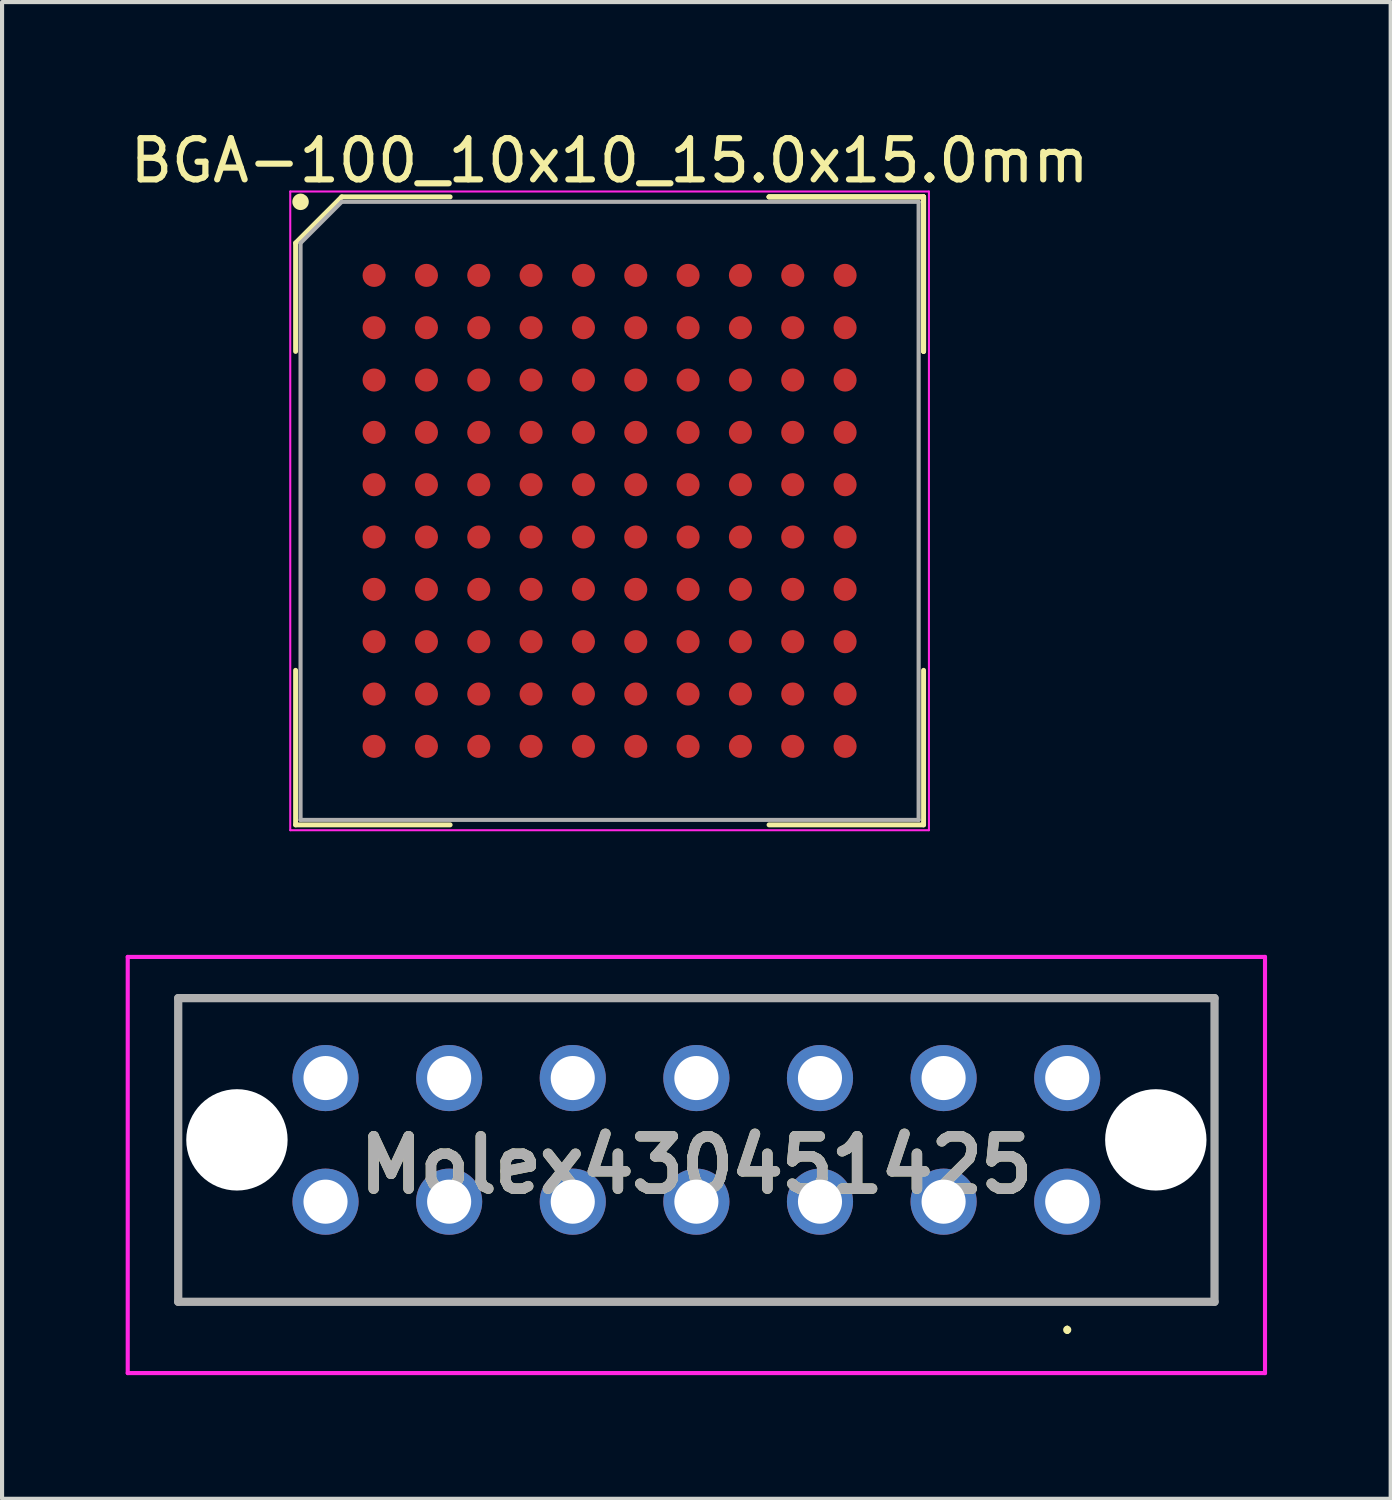
<source format=kicad_pcb>
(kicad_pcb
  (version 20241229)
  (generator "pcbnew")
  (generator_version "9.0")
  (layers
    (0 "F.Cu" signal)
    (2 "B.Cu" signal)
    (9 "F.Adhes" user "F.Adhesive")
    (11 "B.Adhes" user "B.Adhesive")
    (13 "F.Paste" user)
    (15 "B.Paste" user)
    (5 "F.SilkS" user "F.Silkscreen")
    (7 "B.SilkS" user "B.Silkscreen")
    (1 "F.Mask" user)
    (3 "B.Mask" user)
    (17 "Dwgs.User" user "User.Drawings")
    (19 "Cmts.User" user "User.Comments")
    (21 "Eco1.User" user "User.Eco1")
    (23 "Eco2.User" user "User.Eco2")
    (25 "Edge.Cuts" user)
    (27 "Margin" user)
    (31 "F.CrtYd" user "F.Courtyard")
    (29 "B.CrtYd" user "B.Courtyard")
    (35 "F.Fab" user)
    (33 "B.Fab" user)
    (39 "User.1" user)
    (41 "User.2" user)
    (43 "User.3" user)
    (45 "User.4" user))
  (footprint "BGA-100_10x10_15.0x15.0mm"
    (layer "F.Cu")
    (at 11.744 9.348)
    (property "Reference" "BGA-100_10x10_15.0x15.0mm" (at 0 -8.5 0) (layer "F.SilkS") (effects (font (size 1 1) (thickness 0.15))))
    (attr smd)
    (fp_line (start -7.62 -6.5) (end -7.62 -3.87) (stroke (width 0.12) (type solid)) (layer "F.SilkS"))
    (fp_line (start -7.62 7.62) (end -7.62 3.87) (stroke (width 0.12) (type solid)) (layer "F.SilkS"))
    (fp_line (start -6.5 -7.62) (end -7.62 -6.5) (stroke (width 0.12) (type solid)) (layer "F.SilkS"))
    (fp_line (start -3.87 -7.62) (end -6.5 -7.62) (stroke (width 0.12) (type solid)) (layer "F.SilkS"))
    (fp_line (start -3.87 7.62) (end -7.62 7.62) (stroke (width 0.12) (type solid)) (layer "F.SilkS"))
    (fp_line (start 3.87 -7.62) (end 7.62 -7.62) (stroke (width 0.12) (type solid)) (layer "F.SilkS"))
    (fp_line (start 3.87 -7.62) (end 7.62 -7.62) (stroke (width 0.12) (type solid)) (layer "F.SilkS"))
    (fp_line (start 3.87 -7.62) (end 7.62 -7.62) (stroke (width 0.12) (type solid)) (layer "F.SilkS"))
    (fp_line (start 3.87 7.62) (end 7.62 7.62) (stroke (width 0.12) (type solid)) (layer "F.SilkS"))
    (fp_line (start 7.62 -7.62) (end 7.62 -3.87) (stroke (width 0.12) (type solid)) (layer "F.SilkS"))
    (fp_line (start 7.62 -7.62) (end 7.62 -3.87) (stroke (width 0.12) (type solid)) (layer "F.SilkS"))
    (fp_line (start 7.62 -7.62) (end 7.62 -3.87) (stroke (width 0.12) (type solid)) (layer "F.SilkS"))
    (fp_line (start 7.62 7.62) (end 7.62 3.87) (stroke (width 0.12) (type solid)) (layer "F.SilkS"))
    (fp_circle (center -7.5 -7.5) (end -7.5 -7.4) (stroke (width 0.2) (type solid)) (fill no) (layer "F.SilkS"))
    (fp_line (start -7.75 -7.75) (end 7.75 -7.75) (stroke (width 0.05) (type solid)) (layer "F.CrtYd"))
    (fp_line (start -7.75 7.75) (end -7.75 -7.75) (stroke (width 0.05) (type solid)) (layer "F.CrtYd"))
    (fp_line (start 7.75 -7.75) (end 7.75 7.75) (stroke (width 0.05) (type solid)) (layer "F.CrtYd"))
    (fp_line (start 7.75 7.75) (end -7.75 7.75) (stroke (width 0.05) (type solid)) (layer "F.CrtYd"))
    (fp_line (start -7.5 -6.5) (end -7.5 7.5) (stroke (width 0.1) (type solid)) (layer "F.Fab"))
    (fp_line (start -7.5 7.5) (end 7.5 7.5) (stroke (width 0.1) (type solid)) (layer "F.Fab"))
    (fp_line (start -6.5 -7.5) (end -7.5 -6.5) (stroke (width 0.1) (type solid)) (layer "F.Fab"))
    (fp_line (start 7.5 -7.5) (end -6.5 -7.5) (stroke (width 0.1) (type solid)) (layer "F.Fab"))
    (fp_line (start 7.5 7.5) (end 7.5 -7.5) (stroke (width 0.1) (type solid)) (layer "F.Fab"))
    (pad "A1" smd circle (at -5.715 -5.715) (size 0.56 0.56) (layers "F.Cu" "F.Mask" "F.Paste"))
    (pad "A2" smd circle (at -4.445 -5.715) (size 0.56 0.56) (layers "F.Cu" "F.Mask" "F.Paste"))
    (pad "A3" smd circle (at -3.175 -5.715) (size 0.56 0.56) (layers "F.Cu" "F.Mask" "F.Paste"))
    (pad "A4" smd circle (at -1.905 -5.715) (size 0.56 0.56) (layers "F.Cu" "F.Mask" "F.Paste"))
    (pad "A5" smd circle (at -0.635 -5.715) (size 0.56 0.56) (layers "F.Cu" "F.Mask" "F.Paste"))
    (pad "A6" smd circle (at 0.635 -5.715) (size 0.56 0.56) (layers "F.Cu" "F.Mask" "F.Paste"))
    (pad "A7" smd circle (at 1.905 -5.715) (size 0.56 0.56) (layers "F.Cu" "F.Mask" "F.Paste"))
    (pad "A8" smd circle (at 3.175 -5.715) (size 0.56 0.56) (layers "F.Cu" "F.Mask" "F.Paste"))
    (pad "A9" smd circle (at 4.445 -5.715) (size 0.56 0.56) (layers "F.Cu" "F.Mask" "F.Paste"))
    (pad "A10" smd circle (at 5.715 -5.715) (size 0.56 0.56) (layers "F.Cu" "F.Mask" "F.Paste"))
    (pad "B1" smd circle (at -5.715 -4.445) (size 0.56 0.56) (layers "F.Cu" "F.Mask" "F.Paste"))
    (pad "B2" smd circle (at -4.445 -4.445) (size 0.56 0.56) (layers "F.Cu" "F.Mask" "F.Paste"))
    (pad "B3" smd circle (at -3.175 -4.445) (size 0.56 0.56) (layers "F.Cu" "F.Mask" "F.Paste"))
    (pad "B4" smd circle (at -1.905 -4.445) (size 0.56 0.56) (layers "F.Cu" "F.Mask" "F.Paste"))
    (pad "B5" smd circle (at -0.635 -4.445) (size 0.56 0.56) (layers "F.Cu" "F.Mask" "F.Paste"))
    (pad "B6" smd circle (at 0.635 -4.445) (size 0.56 0.56) (layers "F.Cu" "F.Mask" "F.Paste"))
    (pad "B7" smd circle (at 1.905 -4.445) (size 0.56 0.56) (layers "F.Cu" "F.Mask" "F.Paste"))
    (pad "B8" smd circle (at 3.175 -4.445) (size 0.56 0.56) (layers "F.Cu" "F.Mask" "F.Paste"))
    (pad "B9" smd circle (at 4.445 -4.445) (size 0.56 0.56) (layers "F.Cu" "F.Mask" "F.Paste"))
    (pad "B10" smd circle (at 5.715 -4.445) (size 0.56 0.56) (layers "F.Cu" "F.Mask" "F.Paste"))
    (pad "C1" smd circle (at -5.715 -3.175) (size 0.56 0.56) (layers "F.Cu" "F.Mask" "F.Paste"))
    (pad "C2" smd circle (at -4.445 -3.175) (size 0.56 0.56) (layers "F.Cu" "F.Mask" "F.Paste"))
    (pad "C3" smd circle (at -3.175 -3.175) (size 0.56 0.56) (layers "F.Cu" "F.Mask" "F.Paste"))
    (pad "C4" smd circle (at -1.905 -3.175) (size 0.56 0.56) (layers "F.Cu" "F.Mask" "F.Paste"))
    (pad "C5" smd circle (at -0.635 -3.175) (size 0.56 0.56) (layers "F.Cu" "F.Mask" "F.Paste"))
    (pad "C6" smd circle (at 0.635 -3.175) (size 0.56 0.56) (layers "F.Cu" "F.Mask" "F.Paste"))
    (pad "C7" smd circle (at 1.905 -3.175) (size 0.56 0.56) (layers "F.Cu" "F.Mask" "F.Paste"))
    (pad "C8" smd circle (at 3.175 -3.175) (size 0.56 0.56) (layers "F.Cu" "F.Mask" "F.Paste"))
    (pad "C9" smd circle (at 4.445 -3.175) (size 0.56 0.56) (layers "F.Cu" "F.Mask" "F.Paste"))
    (pad "C10" smd circle (at 5.715 -3.175) (size 0.56 0.56) (layers "F.Cu" "F.Mask" "F.Paste"))
    (pad "D1" smd circle (at -5.715 -1.905) (size 0.56 0.56) (layers "F.Cu" "F.Mask" "F.Paste"))
    (pad "D2" smd circle (at -4.445 -1.905) (size 0.56 0.56) (layers "F.Cu" "F.Mask" "F.Paste"))
    (pad "D3" smd circle (at -3.175 -1.905) (size 0.56 0.56) (layers "F.Cu" "F.Mask" "F.Paste"))
    (pad "D4" smd circle (at -1.905 -1.905) (size 0.56 0.56) (layers "F.Cu" "F.Mask" "F.Paste"))
    (pad "D5" smd circle (at -0.635 -1.905) (size 0.56 0.56) (layers "F.Cu" "F.Mask" "F.Paste"))
    (pad "D6" smd circle (at 0.635 -1.905) (size 0.56 0.56) (layers "F.Cu" "F.Mask" "F.Paste"))
    (pad "D7" smd circle (at 1.905 -1.905) (size 0.56 0.56) (layers "F.Cu" "F.Mask" "F.Paste"))
    (pad "D8" smd circle (at 3.175 -1.905) (size 0.56 0.56) (layers "F.Cu" "F.Mask" "F.Paste"))
    (pad "D9" smd circle (at 4.445 -1.905) (size 0.56 0.56) (layers "F.Cu" "F.Mask" "F.Paste"))
    (pad "D10" smd circle (at 5.715 -1.905) (size 0.56 0.56) (layers "F.Cu" "F.Mask" "F.Paste"))
    (pad "E1" smd circle (at -5.715 -0.635) (size 0.56 0.56) (layers "F.Cu" "F.Mask" "F.Paste"))
    (pad "E2" smd circle (at -4.445 -0.635) (size 0.56 0.56) (layers "F.Cu" "F.Mask" "F.Paste"))
    (pad "E3" smd circle (at -3.175 -0.635) (size 0.56 0.56) (layers "F.Cu" "F.Mask" "F.Paste"))
    (pad "E4" smd circle (at -1.905 -0.635) (size 0.56 0.56) (layers "F.Cu" "F.Mask" "F.Paste"))
    (pad "E5" smd circle (at -0.635 -0.635) (size 0.56 0.56) (layers "F.Cu" "F.Mask" "F.Paste"))
    (pad "E6" smd circle (at 0.635 -0.635) (size 0.56 0.56) (layers "F.Cu" "F.Mask" "F.Paste"))
    (pad "E7" smd circle (at 1.905 -0.635) (size 0.56 0.56) (layers "F.Cu" "F.Mask" "F.Paste"))
    (pad "E8" smd circle (at 3.175 -0.635) (size 0.56 0.56) (layers "F.Cu" "F.Mask" "F.Paste"))
    (pad "E9" smd circle (at 4.445 -0.635) (size 0.56 0.56) (layers "F.Cu" "F.Mask" "F.Paste"))
    (pad "E10" smd circle (at 5.715 -0.635) (size 0.56 0.56) (layers "F.Cu" "F.Mask" "F.Paste"))
    (pad "F1" smd circle (at -5.715 0.635) (size 0.56 0.56) (layers "F.Cu" "F.Mask" "F.Paste"))
    (pad "F2" smd circle (at -4.445 0.635) (size 0.56 0.56) (layers "F.Cu" "F.Mask" "F.Paste"))
    (pad "F3" smd circle (at -3.175 0.635) (size 0.56 0.56) (layers "F.Cu" "F.Mask" "F.Paste"))
    (pad "F4" smd circle (at -1.905 0.635) (size 0.56 0.56) (layers "F.Cu" "F.Mask" "F.Paste"))
    (pad "F5" smd circle (at -0.635 0.635) (size 0.56 0.56) (layers "F.Cu" "F.Mask" "F.Paste"))
    (pad "F6" smd circle (at 0.635 0.635) (size 0.56 0.56) (layers "F.Cu" "F.Mask" "F.Paste"))
    (pad "F7" smd circle (at 1.905 0.635) (size 0.56 0.56) (layers "F.Cu" "F.Mask" "F.Paste"))
    (pad "F8" smd circle (at 3.175 0.635) (size 0.56 0.56) (layers "F.Cu" "F.Mask" "F.Paste"))
    (pad "F9" smd circle (at 4.445 0.635) (size 0.56 0.56) (layers "F.Cu" "F.Mask" "F.Paste"))
    (pad "F10" smd circle (at 5.715 0.635) (size 0.56 0.56) (layers "F.Cu" "F.Mask" "F.Paste"))
    (pad "G1" smd circle (at -5.715 1.905) (size 0.56 0.56) (layers "F.Cu" "F.Mask" "F.Paste"))
    (pad "G2" smd circle (at -4.445 1.905) (size 0.56 0.56) (layers "F.Cu" "F.Mask" "F.Paste"))
    (pad "G3" smd circle (at -3.175 1.905) (size 0.56 0.56) (layers "F.Cu" "F.Mask" "F.Paste"))
    (pad "G4" smd circle (at -1.905 1.905) (size 0.56 0.56) (layers "F.Cu" "F.Mask" "F.Paste"))
    (pad "G5" smd circle (at -0.635 1.905) (size 0.56 0.56) (layers "F.Cu" "F.Mask" "F.Paste"))
    (pad "G6" smd circle (at 0.635 1.905) (size 0.56 0.56) (layers "F.Cu" "F.Mask" "F.Paste"))
    (pad "G7" smd circle (at 1.905 1.905) (size 0.56 0.56) (layers "F.Cu" "F.Mask" "F.Paste"))
    (pad "G8" smd circle (at 3.175 1.905) (size 0.56 0.56) (layers "F.Cu" "F.Mask" "F.Paste"))
    (pad "G9" smd circle (at 4.445 1.905) (size 0.56 0.56) (layers "F.Cu" "F.Mask" "F.Paste"))
    (pad "G10" smd circle (at 5.715 1.905) (size 0.56 0.56) (layers "F.Cu" "F.Mask" "F.Paste"))
    (pad "H1" smd circle (at -5.715 3.175) (size 0.56 0.56) (layers "F.Cu" "F.Mask" "F.Paste"))
    (pad "H2" smd circle (at -4.445 3.175) (size 0.56 0.56) (layers "F.Cu" "F.Mask" "F.Paste"))
    (pad "H3" smd circle (at -3.175 3.175) (size 0.56 0.56) (layers "F.Cu" "F.Mask" "F.Paste"))
    (pad "H4" smd circle (at -1.905 3.175) (size 0.56 0.56) (layers "F.Cu" "F.Mask" "F.Paste"))
    (pad "H5" smd circle (at -0.635 3.175) (size 0.56 0.56) (layers "F.Cu" "F.Mask" "F.Paste"))
    (pad "H6" smd circle (at 0.635 3.175) (size 0.56 0.56) (layers "F.Cu" "F.Mask" "F.Paste"))
    (pad "H7" smd circle (at 1.905 3.175) (size 0.56 0.56) (layers "F.Cu" "F.Mask" "F.Paste"))
    (pad "H8" smd circle (at 3.175 3.175) (size 0.56 0.56) (layers "F.Cu" "F.Mask" "F.Paste"))
    (pad "H9" smd circle (at 4.445 3.175) (size 0.56 0.56) (layers "F.Cu" "F.Mask" "F.Paste"))
    (pad "H10" smd circle (at 5.715 3.175) (size 0.56 0.56) (layers "F.Cu" "F.Mask" "F.Paste"))
    (pad "J1" smd circle (at -5.715 4.445) (size 0.56 0.56) (layers "F.Cu" "F.Mask" "F.Paste"))
    (pad "J2" smd circle (at -4.445 4.445) (size 0.56 0.56) (layers "F.Cu" "F.Mask" "F.Paste"))
    (pad "J3" smd circle (at -3.175 4.445) (size 0.56 0.56) (layers "F.Cu" "F.Mask" "F.Paste"))
    (pad "J4" smd circle (at -1.905 4.445) (size 0.56 0.56) (layers "F.Cu" "F.Mask" "F.Paste"))
    (pad "J5" smd circle (at -0.635 4.445) (size 0.56 0.56) (layers "F.Cu" "F.Mask" "F.Paste"))
    (pad "J6" smd circle (at 0.635 4.445) (size 0.56 0.56) (layers "F.Cu" "F.Mask" "F.Paste"))
    (pad "J7" smd circle (at 1.905 4.445) (size 0.56 0.56) (layers "F.Cu" "F.Mask" "F.Paste"))
    (pad "J8" smd circle (at 3.175 4.445) (size 0.56 0.56) (layers "F.Cu" "F.Mask" "F.Paste"))
    (pad "J9" smd circle (at 4.445 4.445) (size 0.56 0.56) (layers "F.Cu" "F.Mask" "F.Paste"))
    (pad "J10" smd circle (at 5.715 4.445) (size 0.56 0.56) (layers "F.Cu" "F.Mask" "F.Paste"))
    (pad "K1" smd circle (at -5.715 5.715) (size 0.56 0.56) (layers "F.Cu" "F.Mask" "F.Paste"))
    (pad "K2" smd circle (at -4.445 5.715) (size 0.56 0.56) (layers "F.Cu" "F.Mask" "F.Paste"))
    (pad "K3" smd circle (at -3.175 5.715) (size 0.56 0.56) (layers "F.Cu" "F.Mask" "F.Paste"))
    (pad "K4" smd circle (at -1.905 5.715) (size 0.56 0.56) (layers "F.Cu" "F.Mask" "F.Paste"))
    (pad "K5" smd circle (at -0.635 5.715) (size 0.56 0.56) (layers "F.Cu" "F.Mask" "F.Paste"))
    (pad "K6" smd circle (at 0.635 5.715) (size 0.56 0.56) (layers "F.Cu" "F.Mask" "F.Paste"))
    (pad "K7" smd circle (at 1.905 5.715) (size 0.56 0.56) (layers "F.Cu" "F.Mask" "F.Paste"))
    (pad "K8" smd circle (at 3.175 5.715) (size 0.56 0.56) (layers "F.Cu" "F.Mask" "F.Paste"))
    (pad "K9" smd circle (at 4.445 5.715) (size 0.56 0.56) (layers "F.Cu" "F.Mask" "F.Paste"))
    (pad "K10" smd circle (at 5.715 5.715) (size 0.56 0.56) (layers "F.Cu" "F.Mask" "F.Paste")))
  (footprint "Molex430451425"
    (layer "F.Cu")
    (at 22.85 26.113)
    (property "Reference" "Molex430451425" (at -9 -0.89 0) (layer "F.SilkS") (effects (font (size 1.27 1.27) (thickness 0.254))))
    (attr through_hole)
    (fp_line (start -21.575 -4.94) (end 3.575 -4.94) (stroke (width 0.1) (type solid)) (layer "F.SilkS"))
    (fp_line (start -21.575 2.43) (end 3.575 2.43) (stroke (width 0.1) (type solid)) (layer "F.SilkS"))
    (fp_line (start 0 3.06) (end 0 3.06) (stroke (width 0.1) (type solid)) (layer "F.SilkS"))
    (fp_line (start 0 3.16) (end 0 3.16) (stroke (width 0.1) (type solid)) (layer "F.SilkS"))
    (fp_arc (start 0 3.06) (mid 0.05 3.11) (end 0 3.16) (stroke (width 0.1) (type solid)) (layer "F.SilkS"))
    (fp_arc (start 0 3.16) (mid -0.05 3.11) (end 0 3.06) (stroke (width 0.1) (type solid)) (layer "F.SilkS"))
    (fp_line (start -22.8 -5.94) (end 4.8 -5.94) (stroke (width 0.1) (type solid)) (layer "F.CrtYd"))
    (fp_line (start -22.8 4.16) (end -22.8 -5.94) (stroke (width 0.1) (type solid)) (layer "F.CrtYd"))
    (fp_line (start 4.8 -5.94) (end 4.8 4.16) (stroke (width 0.1) (type solid)) (layer "F.CrtYd"))
    (fp_line (start 4.8 4.16) (end -22.8 4.16) (stroke (width 0.1) (type solid)) (layer "F.CrtYd"))
    (fp_line (start -21.575 -4.94) (end 3.575 -4.94) (stroke (width 0.2) (type solid)) (layer "F.Fab"))
    (fp_line (start -21.575 2.43) (end -21.575 -4.94) (stroke (width 0.2) (type solid)) (layer "F.Fab"))
    (fp_line (start 3.575 -4.94) (end 3.575 2.43) (stroke (width 0.2) (type solid)) (layer "F.Fab"))
    (fp_line (start 3.575 2.43) (end -21.575 2.43) (stroke (width 0.2) (type solid)) (layer "F.Fab"))
    (fp_text user "${REFERENCE}" (at -9 -0.89 0) (layer "F.Fab") (effects (font (size 1.27 1.27) (thickness 0.254))))
    (pad "" np_thru_hole circle (at -21 -3.94) (size 0.001 0.001) (drill 1.07) (layers "*.Cu" "*.Mask"))
    (pad "" np_thru_hole circle (at -20.15 -1.5) (size 2.46 2.46) (drill 2.46) (layers "*.Cu" "*.Mask"))
    (pad "" np_thru_hole circle (at 2.15 -1.5) (size 2.46 2.46) (drill 2.46) (layers "*.Cu" "*.Mask"))
    (pad "" np_thru_hole circle (at 3 -3.94) (size 0.001 0.001) (drill 1.07) (layers "*.Cu" "*.Mask"))
    (pad "1" thru_hole circle (at 0 0) (size 1.605 1.605) (drill 1.07) (layers "*.Cu" "*.Mask"))
    (pad "2" thru_hole circle (at -3 0) (size 1.605 1.605) (drill 1.07) (layers "*.Cu" "*.Mask"))
    (pad "3" thru_hole circle (at -6 0) (size 1.605 1.605) (drill 1.07) (layers "*.Cu" "*.Mask"))
    (pad "4" thru_hole circle (at -9 0) (size 1.605 1.605) (drill 1.07) (layers "*.Cu" "*.Mask"))
    (pad "5" thru_hole circle (at -12 0) (size 1.605 1.605) (drill 1.07) (layers "*.Cu" "*.Mask"))
    (pad "6" thru_hole circle (at -15 0) (size 1.605 1.605) (drill 1.07) (layers "*.Cu" "*.Mask"))
    (pad "7" thru_hole circle (at -18 0) (size 1.605 1.605) (drill 1.07) (layers "*.Cu" "*.Mask"))
    (pad "8" thru_hole circle (at 0 -3) (size 1.605 1.605) (drill 1.07) (layers "*.Cu" "*.Mask"))
    (pad "9" thru_hole circle (at -3 -3) (size 1.605 1.605) (drill 1.07) (layers "*.Cu" "*.Mask"))
    (pad "10" thru_hole circle (at -6 -3) (size 1.605 1.605) (drill 1.07) (layers "*.Cu" "*.Mask"))
    (pad "11" thru_hole circle (at -9 -3) (size 1.605 1.605) (drill 1.07) (layers "*.Cu" "*.Mask"))
    (pad "12" thru_hole circle (at -12 -3) (size 1.605 1.605) (drill 1.07) (layers "*.Cu" "*.Mask"))
    (pad "13" thru_hole circle (at -15 -3) (size 1.605 1.605) (drill 1.07) (layers "*.Cu" "*.Mask"))
    (pad "14" thru_hole circle (at -18 -3) (size 1.605 1.605) (drill 1.07) (layers "*.Cu" "*.Mask")))
  (gr_rect
    (start -3 -3)
    (end 30.7 33.323)
    (stroke (width 0.1) (type default))
    (fill no)
    (layer "Edge.Cuts")))
</source>
